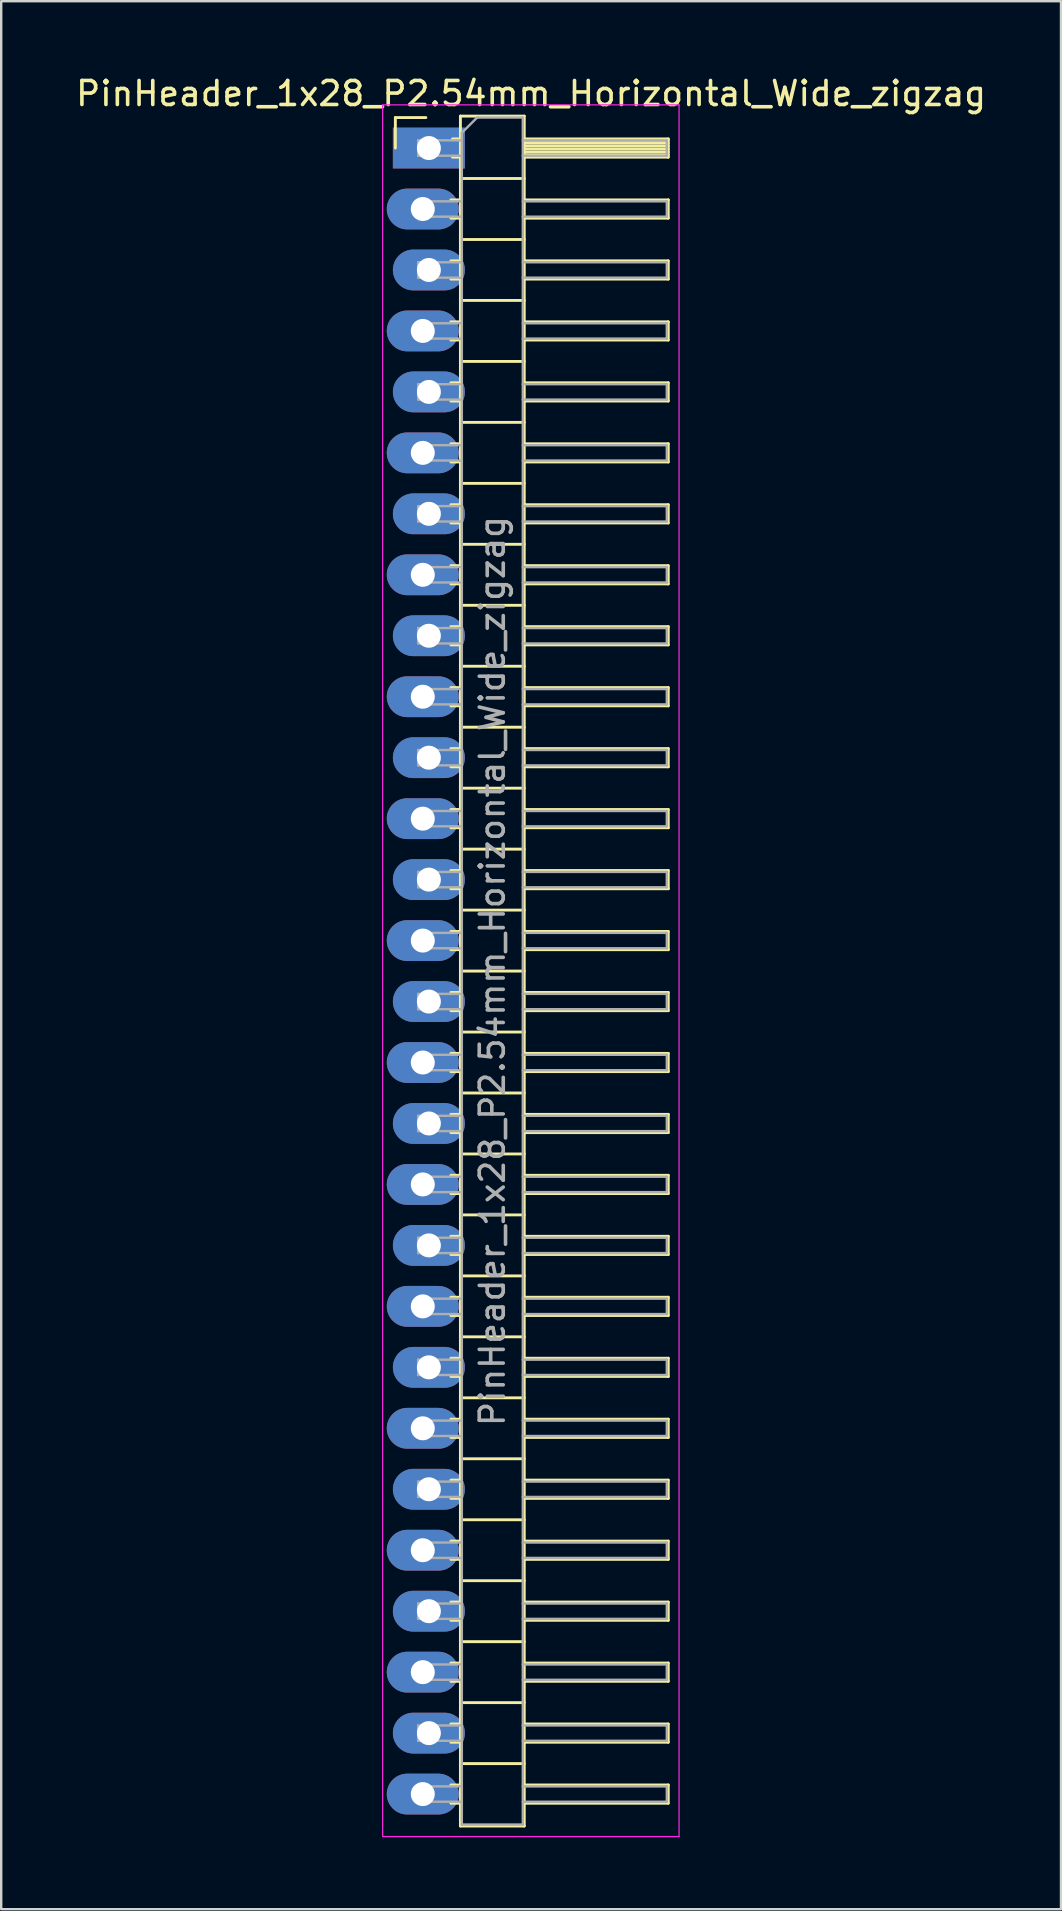
<source format=kicad_pcb>
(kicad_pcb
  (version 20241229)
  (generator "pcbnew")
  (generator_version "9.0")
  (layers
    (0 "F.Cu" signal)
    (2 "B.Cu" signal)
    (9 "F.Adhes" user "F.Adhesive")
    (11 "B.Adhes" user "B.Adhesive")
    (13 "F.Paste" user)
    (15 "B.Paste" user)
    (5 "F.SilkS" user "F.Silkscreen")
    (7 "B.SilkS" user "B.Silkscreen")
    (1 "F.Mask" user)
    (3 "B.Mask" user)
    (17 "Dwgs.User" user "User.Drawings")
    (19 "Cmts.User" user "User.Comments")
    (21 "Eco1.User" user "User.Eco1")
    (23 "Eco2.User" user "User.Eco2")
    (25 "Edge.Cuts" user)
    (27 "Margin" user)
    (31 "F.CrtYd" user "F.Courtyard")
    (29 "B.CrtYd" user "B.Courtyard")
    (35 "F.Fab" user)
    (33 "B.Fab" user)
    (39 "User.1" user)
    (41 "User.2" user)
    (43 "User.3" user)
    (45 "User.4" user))
  (footprint "PinHeader_1x28_P2.54mm_Horizontal_Wide_zigzag"
    (layer "F.Cu")
    (at 14.692 3.118)
    (property "Reference" "PinHeader_1x28_P2.54mm_Horizontal_Wide_zigzag" (at 4.385 -2.27 0) (layer "F.SilkS") (effects (font (size 1 1) (thickness 0.15))))
    (attr through_hole)
    (fp_line (start -1.27 -1.27) (end 0 -1.27) (stroke (width 0.12) (type solid)) (layer "F.SilkS"))
    (fp_line (start -1.27 0) (end -1.27 -1.27) (stroke (width 0.12) (type solid)) (layer "F.SilkS"))
    (fp_line (start 1.043 2.16) (end 1.44 2.16) (stroke (width 0.12) (type solid)) (layer "F.SilkS"))
    (fp_line (start 1.043 2.92) (end 1.44 2.92) (stroke (width 0.12) (type solid)) (layer "F.SilkS"))
    (fp_line (start 1.043 4.7) (end 1.44 4.7) (stroke (width 0.12) (type solid)) (layer "F.SilkS"))
    (fp_line (start 1.043 5.46) (end 1.44 5.46) (stroke (width 0.12) (type solid)) (layer "F.SilkS"))
    (fp_line (start 1.043 7.24) (end 1.44 7.24) (stroke (width 0.12) (type solid)) (layer "F.SilkS"))
    (fp_line (start 1.043 8) (end 1.44 8) (stroke (width 0.12) (type solid)) (layer "F.SilkS"))
    (fp_line (start 1.043 9.78) (end 1.44 9.78) (stroke (width 0.12) (type solid)) (layer "F.SilkS"))
    (fp_line (start 1.043 10.54) (end 1.44 10.54) (stroke (width 0.12) (type solid)) (layer "F.SilkS"))
    (fp_line (start 1.043 12.32) (end 1.44 12.32) (stroke (width 0.12) (type solid)) (layer "F.SilkS"))
    (fp_line (start 1.043 13.08) (end 1.44 13.08) (stroke (width 0.12) (type solid)) (layer "F.SilkS"))
    (fp_line (start 1.043 14.86) (end 1.44 14.86) (stroke (width 0.12) (type solid)) (layer "F.SilkS"))
    (fp_line (start 1.043 15.62) (end 1.44 15.62) (stroke (width 0.12) (type solid)) (layer "F.SilkS"))
    (fp_line (start 1.043 17.4) (end 1.44 17.4) (stroke (width 0.12) (type solid)) (layer "F.SilkS"))
    (fp_line (start 1.043 18.16) (end 1.44 18.16) (stroke (width 0.12) (type solid)) (layer "F.SilkS"))
    (fp_line (start 1.043 19.94) (end 1.44 19.94) (stroke (width 0.12) (type solid)) (layer "F.SilkS"))
    (fp_line (start 1.043 20.7) (end 1.44 20.7) (stroke (width 0.12) (type solid)) (layer "F.SilkS"))
    (fp_line (start 1.043 22.48) (end 1.44 22.48) (stroke (width 0.12) (type solid)) (layer "F.SilkS"))
    (fp_line (start 1.043 23.24) (end 1.44 23.24) (stroke (width 0.12) (type solid)) (layer "F.SilkS"))
    (fp_line (start 1.043 25.02) (end 1.44 25.02) (stroke (width 0.12) (type solid)) (layer "F.SilkS"))
    (fp_line (start 1.043 25.78) (end 1.44 25.78) (stroke (width 0.12) (type solid)) (layer "F.SilkS"))
    (fp_line (start 1.043 27.56) (end 1.44 27.56) (stroke (width 0.12) (type solid)) (layer "F.SilkS"))
    (fp_line (start 1.043 28.32) (end 1.44 28.32) (stroke (width 0.12) (type solid)) (layer "F.SilkS"))
    (fp_line (start 1.043 30.1) (end 1.44 30.1) (stroke (width 0.12) (type solid)) (layer "F.SilkS"))
    (fp_line (start 1.043 30.86) (end 1.44 30.86) (stroke (width 0.12) (type solid)) (layer "F.SilkS"))
    (fp_line (start 1.043 32.64) (end 1.44 32.64) (stroke (width 0.12) (type solid)) (layer "F.SilkS"))
    (fp_line (start 1.043 33.4) (end 1.44 33.4) (stroke (width 0.12) (type solid)) (layer "F.SilkS"))
    (fp_line (start 1.043 35.18) (end 1.44 35.18) (stroke (width 0.12) (type solid)) (layer "F.SilkS"))
    (fp_line (start 1.043 35.94) (end 1.44 35.94) (stroke (width 0.12) (type solid)) (layer "F.SilkS"))
    (fp_line (start 1.043 37.72) (end 1.44 37.72) (stroke (width 0.12) (type solid)) (layer "F.SilkS"))
    (fp_line (start 1.043 38.48) (end 1.44 38.48) (stroke (width 0.12) (type solid)) (layer "F.SilkS"))
    (fp_line (start 1.043 40.26) (end 1.44 40.26) (stroke (width 0.12) (type solid)) (layer "F.SilkS"))
    (fp_line (start 1.043 41.02) (end 1.44 41.02) (stroke (width 0.12) (type solid)) (layer "F.SilkS"))
    (fp_line (start 1.043 42.8) (end 1.44 42.8) (stroke (width 0.12) (type solid)) (layer "F.SilkS"))
    (fp_line (start 1.043 43.56) (end 1.44 43.56) (stroke (width 0.12) (type solid)) (layer "F.SilkS"))
    (fp_line (start 1.043 45.34) (end 1.44 45.34) (stroke (width 0.12) (type solid)) (layer "F.SilkS"))
    (fp_line (start 1.043 46.1) (end 1.44 46.1) (stroke (width 0.12) (type solid)) (layer "F.SilkS"))
    (fp_line (start 1.043 47.88) (end 1.44 47.88) (stroke (width 0.12) (type solid)) (layer "F.SilkS"))
    (fp_line (start 1.043 48.64) (end 1.44 48.64) (stroke (width 0.12) (type solid)) (layer "F.SilkS"))
    (fp_line (start 1.043 50.42) (end 1.44 50.42) (stroke (width 0.12) (type solid)) (layer "F.SilkS"))
    (fp_line (start 1.043 51.18) (end 1.44 51.18) (stroke (width 0.12) (type solid)) (layer "F.SilkS"))
    (fp_line (start 1.043 52.96) (end 1.44 52.96) (stroke (width 0.12) (type solid)) (layer "F.SilkS"))
    (fp_line (start 1.043 53.72) (end 1.44 53.72) (stroke (width 0.12) (type solid)) (layer "F.SilkS"))
    (fp_line (start 1.043 55.5) (end 1.44 55.5) (stroke (width 0.12) (type solid)) (layer "F.SilkS"))
    (fp_line (start 1.043 56.26) (end 1.44 56.26) (stroke (width 0.12) (type solid)) (layer "F.SilkS"))
    (fp_line (start 1.043 58.04) (end 1.44 58.04) (stroke (width 0.12) (type solid)) (layer "F.SilkS"))
    (fp_line (start 1.043 58.8) (end 1.44 58.8) (stroke (width 0.12) (type solid)) (layer "F.SilkS"))
    (fp_line (start 1.043 60.58) (end 1.44 60.58) (stroke (width 0.12) (type solid)) (layer "F.SilkS"))
    (fp_line (start 1.043 61.34) (end 1.44 61.34) (stroke (width 0.12) (type solid)) (layer "F.SilkS"))
    (fp_line (start 1.043 63.12) (end 1.44 63.12) (stroke (width 0.12) (type solid)) (layer "F.SilkS"))
    (fp_line (start 1.043 63.88) (end 1.44 63.88) (stroke (width 0.12) (type solid)) (layer "F.SilkS"))
    (fp_line (start 1.043 65.66) (end 1.44 65.66) (stroke (width 0.12) (type solid)) (layer "F.SilkS"))
    (fp_line (start 1.043 66.42) (end 1.44 66.42) (stroke (width 0.12) (type solid)) (layer "F.SilkS"))
    (fp_line (start 1.043 68.2) (end 1.44 68.2) (stroke (width 0.12) (type solid)) (layer "F.SilkS"))
    (fp_line (start 1.043 68.96) (end 1.44 68.96) (stroke (width 0.12) (type solid)) (layer "F.SilkS"))
    (fp_line (start 1.11 -0.38) (end 1.44 -0.38) (stroke (width 0.12) (type solid)) (layer "F.SilkS"))
    (fp_line (start 1.11 0.38) (end 1.44 0.38) (stroke (width 0.12) (type solid)) (layer "F.SilkS"))
    (fp_line (start 1.44 -1.33) (end 1.44 69.91) (stroke (width 0.12) (type solid)) (layer "F.SilkS"))
    (fp_line (start 1.44 1.27) (end 4.1 1.27) (stroke (width 0.12) (type solid)) (layer "F.SilkS"))
    (fp_line (start 1.44 3.81) (end 4.1 3.81) (stroke (width 0.12) (type solid)) (layer "F.SilkS"))
    (fp_line (start 1.44 6.35) (end 4.1 6.35) (stroke (width 0.12) (type solid)) (layer "F.SilkS"))
    (fp_line (start 1.44 8.89) (end 4.1 8.89) (stroke (width 0.12) (type solid)) (layer "F.SilkS"))
    (fp_line (start 1.44 11.43) (end 4.1 11.43) (stroke (width 0.12) (type solid)) (layer "F.SilkS"))
    (fp_line (start 1.44 13.97) (end 4.1 13.97) (stroke (width 0.12) (type solid)) (layer "F.SilkS"))
    (fp_line (start 1.44 16.51) (end 4.1 16.51) (stroke (width 0.12) (type solid)) (layer "F.SilkS"))
    (fp_line (start 1.44 19.05) (end 4.1 19.05) (stroke (width 0.12) (type solid)) (layer "F.SilkS"))
    (fp_line (start 1.44 21.59) (end 4.1 21.59) (stroke (width 0.12) (type solid)) (layer "F.SilkS"))
    (fp_line (start 1.44 24.13) (end 4.1 24.13) (stroke (width 0.12) (type solid)) (layer "F.SilkS"))
    (fp_line (start 1.44 26.67) (end 4.1 26.67) (stroke (width 0.12) (type solid)) (layer "F.SilkS"))
    (fp_line (start 1.44 29.21) (end 4.1 29.21) (stroke (width 0.12) (type solid)) (layer "F.SilkS"))
    (fp_line (start 1.44 31.75) (end 4.1 31.75) (stroke (width 0.12) (type solid)) (layer "F.SilkS"))
    (fp_line (start 1.44 34.29) (end 4.1 34.29) (stroke (width 0.12) (type solid)) (layer "F.SilkS"))
    (fp_line (start 1.44 36.83) (end 4.1 36.83) (stroke (width 0.12) (type solid)) (layer "F.SilkS"))
    (fp_line (start 1.44 39.37) (end 4.1 39.37) (stroke (width 0.12) (type solid)) (layer "F.SilkS"))
    (fp_line (start 1.44 41.91) (end 4.1 41.91) (stroke (width 0.12) (type solid)) (layer "F.SilkS"))
    (fp_line (start 1.44 44.45) (end 4.1 44.45) (stroke (width 0.12) (type solid)) (layer "F.SilkS"))
    (fp_line (start 1.44 46.99) (end 4.1 46.99) (stroke (width 0.12) (type solid)) (layer "F.SilkS"))
    (fp_line (start 1.44 49.53) (end 4.1 49.53) (stroke (width 0.12) (type solid)) (layer "F.SilkS"))
    (fp_line (start 1.44 52.07) (end 4.1 52.07) (stroke (width 0.12) (type solid)) (layer "F.SilkS"))
    (fp_line (start 1.44 54.61) (end 4.1 54.61) (stroke (width 0.12) (type solid)) (layer "F.SilkS"))
    (fp_line (start 1.44 57.15) (end 4.1 57.15) (stroke (width 0.12) (type solid)) (layer "F.SilkS"))
    (fp_line (start 1.44 59.69) (end 4.1 59.69) (stroke (width 0.12) (type solid)) (layer "F.SilkS"))
    (fp_line (start 1.44 62.23) (end 4.1 62.23) (stroke (width 0.12) (type solid)) (layer "F.SilkS"))
    (fp_line (start 1.44 64.77) (end 4.1 64.77) (stroke (width 0.12) (type solid)) (layer "F.SilkS"))
    (fp_line (start 1.44 67.31) (end 4.1 67.31) (stroke (width 0.12) (type solid)) (layer "F.SilkS"))
    (fp_line (start 1.44 69.91) (end 4.1 69.91) (stroke (width 0.12) (type solid)) (layer "F.SilkS"))
    (fp_line (start 4.1 -1.33) (end 1.44 -1.33) (stroke (width 0.12) (type solid)) (layer "F.SilkS"))
    (fp_line (start 4.1 -0.38) (end 10.1 -0.38) (stroke (width 0.12) (type solid)) (layer "F.SilkS"))
    (fp_line (start 4.1 -0.32) (end 10.1 -0.32) (stroke (width 0.12) (type solid)) (layer "F.SilkS"))
    (fp_line (start 4.1 -0.2) (end 10.1 -0.2) (stroke (width 0.12) (type solid)) (layer "F.SilkS"))
    (fp_line (start 4.1 -0.08) (end 10.1 -0.08) (stroke (width 0.12) (type solid)) (layer "F.SilkS"))
    (fp_line (start 4.1 0.04) (end 10.1 0.04) (stroke (width 0.12) (type solid)) (layer "F.SilkS"))
    (fp_line (start 4.1 0.16) (end 10.1 0.16) (stroke (width 0.12) (type solid)) (layer "F.SilkS"))
    (fp_line (start 4.1 0.28) (end 10.1 0.28) (stroke (width 0.12) (type solid)) (layer "F.SilkS"))
    (fp_line (start 4.1 2.16) (end 10.1 2.16) (stroke (width 0.12) (type solid)) (layer "F.SilkS"))
    (fp_line (start 4.1 4.7) (end 10.1 4.7) (stroke (width 0.12) (type solid)) (layer "F.SilkS"))
    (fp_line (start 4.1 7.24) (end 10.1 7.24) (stroke (width 0.12) (type solid)) (layer "F.SilkS"))
    (fp_line (start 4.1 9.78) (end 10.1 9.78) (stroke (width 0.12) (type solid)) (layer "F.SilkS"))
    (fp_line (start 4.1 12.32) (end 10.1 12.32) (stroke (width 0.12) (type solid)) (layer "F.SilkS"))
    (fp_line (start 4.1 14.86) (end 10.1 14.86) (stroke (width 0.12) (type solid)) (layer "F.SilkS"))
    (fp_line (start 4.1 17.4) (end 10.1 17.4) (stroke (width 0.12) (type solid)) (layer "F.SilkS"))
    (fp_line (start 4.1 19.94) (end 10.1 19.94) (stroke (width 0.12) (type solid)) (layer "F.SilkS"))
    (fp_line (start 4.1 22.48) (end 10.1 22.48) (stroke (width 0.12) (type solid)) (layer "F.SilkS"))
    (fp_line (start 4.1 25.02) (end 10.1 25.02) (stroke (width 0.12) (type solid)) (layer "F.SilkS"))
    (fp_line (start 4.1 27.56) (end 10.1 27.56) (stroke (width 0.12) (type solid)) (layer "F.SilkS"))
    (fp_line (start 4.1 30.1) (end 10.1 30.1) (stroke (width 0.12) (type solid)) (layer "F.SilkS"))
    (fp_line (start 4.1 32.64) (end 10.1 32.64) (stroke (width 0.12) (type solid)) (layer "F.SilkS"))
    (fp_line (start 4.1 35.18) (end 10.1 35.18) (stroke (width 0.12) (type solid)) (layer "F.SilkS"))
    (fp_line (start 4.1 37.72) (end 10.1 37.72) (stroke (width 0.12) (type solid)) (layer "F.SilkS"))
    (fp_line (start 4.1 40.26) (end 10.1 40.26) (stroke (width 0.12) (type solid)) (layer "F.SilkS"))
    (fp_line (start 4.1 42.8) (end 10.1 42.8) (stroke (width 0.12) (type solid)) (layer "F.SilkS"))
    (fp_line (start 4.1 45.34) (end 10.1 45.34) (stroke (width 0.12) (type solid)) (layer "F.SilkS"))
    (fp_line (start 4.1 47.88) (end 10.1 47.88) (stroke (width 0.12) (type solid)) (layer "F.SilkS"))
    (fp_line (start 4.1 50.42) (end 10.1 50.42) (stroke (width 0.12) (type solid)) (layer "F.SilkS"))
    (fp_line (start 4.1 52.96) (end 10.1 52.96) (stroke (width 0.12) (type solid)) (layer "F.SilkS"))
    (fp_line (start 4.1 55.5) (end 10.1 55.5) (stroke (width 0.12) (type solid)) (layer "F.SilkS"))
    (fp_line (start 4.1 58.04) (end 10.1 58.04) (stroke (width 0.12) (type solid)) (layer "F.SilkS"))
    (fp_line (start 4.1 60.58) (end 10.1 60.58) (stroke (width 0.12) (type solid)) (layer "F.SilkS"))
    (fp_line (start 4.1 63.12) (end 10.1 63.12) (stroke (width 0.12) (type solid)) (layer "F.SilkS"))
    (fp_line (start 4.1 65.66) (end 10.1 65.66) (stroke (width 0.12) (type solid)) (layer "F.SilkS"))
    (fp_line (start 4.1 68.2) (end 10.1 68.2) (stroke (width 0.12) (type solid)) (layer "F.SilkS"))
    (fp_line (start 4.1 69.91) (end 4.1 -1.33) (stroke (width 0.12) (type solid)) (layer "F.SilkS"))
    (fp_line (start 10.1 -0.38) (end 10.1 0.38) (stroke (width 0.12) (type solid)) (layer "F.SilkS"))
    (fp_line (start 10.1 0.38) (end 4.1 0.38) (stroke (width 0.12) (type solid)) (layer "F.SilkS"))
    (fp_line (start 10.1 2.16) (end 10.1 2.92) (stroke (width 0.12) (type solid)) (layer "F.SilkS"))
    (fp_line (start 10.1 2.92) (end 4.1 2.92) (stroke (width 0.12) (type solid)) (layer "F.SilkS"))
    (fp_line (start 10.1 4.7) (end 10.1 5.46) (stroke (width 0.12) (type solid)) (layer "F.SilkS"))
    (fp_line (start 10.1 5.46) (end 4.1 5.46) (stroke (width 0.12) (type solid)) (layer "F.SilkS"))
    (fp_line (start 10.1 7.24) (end 10.1 8) (stroke (width 0.12) (type solid)) (layer "F.SilkS"))
    (fp_line (start 10.1 8) (end 4.1 8) (stroke (width 0.12) (type solid)) (layer "F.SilkS"))
    (fp_line (start 10.1 9.78) (end 10.1 10.54) (stroke (width 0.12) (type solid)) (layer "F.SilkS"))
    (fp_line (start 10.1 10.54) (end 4.1 10.54) (stroke (width 0.12) (type solid)) (layer "F.SilkS"))
    (fp_line (start 10.1 12.32) (end 10.1 13.08) (stroke (width 0.12) (type solid)) (layer "F.SilkS"))
    (fp_line (start 10.1 13.08) (end 4.1 13.08) (stroke (width 0.12) (type solid)) (layer "F.SilkS"))
    (fp_line (start 10.1 14.86) (end 10.1 15.62) (stroke (width 0.12) (type solid)) (layer "F.SilkS"))
    (fp_line (start 10.1 15.62) (end 4.1 15.62) (stroke (width 0.12) (type solid)) (layer "F.SilkS"))
    (fp_line (start 10.1 17.4) (end 10.1 18.16) (stroke (width 0.12) (type solid)) (layer "F.SilkS"))
    (fp_line (start 10.1 18.16) (end 4.1 18.16) (stroke (width 0.12) (type solid)) (layer "F.SilkS"))
    (fp_line (start 10.1 19.94) (end 10.1 20.7) (stroke (width 0.12) (type solid)) (layer "F.SilkS"))
    (fp_line (start 10.1 20.7) (end 4.1 20.7) (stroke (width 0.12) (type solid)) (layer "F.SilkS"))
    (fp_line (start 10.1 22.48) (end 10.1 23.24) (stroke (width 0.12) (type solid)) (layer "F.SilkS"))
    (fp_line (start 10.1 23.24) (end 4.1 23.24) (stroke (width 0.12) (type solid)) (layer "F.SilkS"))
    (fp_line (start 10.1 25.02) (end 10.1 25.78) (stroke (width 0.12) (type solid)) (layer "F.SilkS"))
    (fp_line (start 10.1 25.78) (end 4.1 25.78) (stroke (width 0.12) (type solid)) (layer "F.SilkS"))
    (fp_line (start 10.1 27.56) (end 10.1 28.32) (stroke (width 0.12) (type solid)) (layer "F.SilkS"))
    (fp_line (start 10.1 28.32) (end 4.1 28.32) (stroke (width 0.12) (type solid)) (layer "F.SilkS"))
    (fp_line (start 10.1 30.1) (end 10.1 30.86) (stroke (width 0.12) (type solid)) (layer "F.SilkS"))
    (fp_line (start 10.1 30.86) (end 4.1 30.86) (stroke (width 0.12) (type solid)) (layer "F.SilkS"))
    (fp_line (start 10.1 32.64) (end 10.1 33.4) (stroke (width 0.12) (type solid)) (layer "F.SilkS"))
    (fp_line (start 10.1 33.4) (end 4.1 33.4) (stroke (width 0.12) (type solid)) (layer "F.SilkS"))
    (fp_line (start 10.1 35.18) (end 10.1 35.94) (stroke (width 0.12) (type solid)) (layer "F.SilkS"))
    (fp_line (start 10.1 35.94) (end 4.1 35.94) (stroke (width 0.12) (type solid)) (layer "F.SilkS"))
    (fp_line (start 10.1 37.72) (end 10.1 38.48) (stroke (width 0.12) (type solid)) (layer "F.SilkS"))
    (fp_line (start 10.1 38.48) (end 4.1 38.48) (stroke (width 0.12) (type solid)) (layer "F.SilkS"))
    (fp_line (start 10.1 40.26) (end 10.1 41.02) (stroke (width 0.12) (type solid)) (layer "F.SilkS"))
    (fp_line (start 10.1 41.02) (end 4.1 41.02) (stroke (width 0.12) (type solid)) (layer "F.SilkS"))
    (fp_line (start 10.1 42.8) (end 10.1 43.56) (stroke (width 0.12) (type solid)) (layer "F.SilkS"))
    (fp_line (start 10.1 43.56) (end 4.1 43.56) (stroke (width 0.12) (type solid)) (layer "F.SilkS"))
    (fp_line (start 10.1 45.34) (end 10.1 46.1) (stroke (width 0.12) (type solid)) (layer "F.SilkS"))
    (fp_line (start 10.1 46.1) (end 4.1 46.1) (stroke (width 0.12) (type solid)) (layer "F.SilkS"))
    (fp_line (start 10.1 47.88) (end 10.1 48.64) (stroke (width 0.12) (type solid)) (layer "F.SilkS"))
    (fp_line (start 10.1 48.64) (end 4.1 48.64) (stroke (width 0.12) (type solid)) (layer "F.SilkS"))
    (fp_line (start 10.1 50.42) (end 10.1 51.18) (stroke (width 0.12) (type solid)) (layer "F.SilkS"))
    (fp_line (start 10.1 51.18) (end 4.1 51.18) (stroke (width 0.12) (type solid)) (layer "F.SilkS"))
    (fp_line (start 10.1 52.96) (end 10.1 53.72) (stroke (width 0.12) (type solid)) (layer "F.SilkS"))
    (fp_line (start 10.1 53.72) (end 4.1 53.72) (stroke (width 0.12) (type solid)) (layer "F.SilkS"))
    (fp_line (start 10.1 55.5) (end 10.1 56.26) (stroke (width 0.12) (type solid)) (layer "F.SilkS"))
    (fp_line (start 10.1 56.26) (end 4.1 56.26) (stroke (width 0.12) (type solid)) (layer "F.SilkS"))
    (fp_line (start 10.1 58.04) (end 10.1 58.8) (stroke (width 0.12) (type solid)) (layer "F.SilkS"))
    (fp_line (start 10.1 58.8) (end 4.1 58.8) (stroke (width 0.12) (type solid)) (layer "F.SilkS"))
    (fp_line (start 10.1 60.58) (end 10.1 61.34) (stroke (width 0.12) (type solid)) (layer "F.SilkS"))
    (fp_line (start 10.1 61.34) (end 4.1 61.34) (stroke (width 0.12) (type solid)) (layer "F.SilkS"))
    (fp_line (start 10.1 63.12) (end 10.1 63.88) (stroke (width 0.12) (type solid)) (layer "F.SilkS"))
    (fp_line (start 10.1 63.88) (end 4.1 63.88) (stroke (width 0.12) (type solid)) (layer "F.SilkS"))
    (fp_line (start 10.1 65.66) (end 10.1 66.42) (stroke (width 0.12) (type solid)) (layer "F.SilkS"))
    (fp_line (start 10.1 66.42) (end 4.1 66.42) (stroke (width 0.12) (type solid)) (layer "F.SilkS"))
    (fp_line (start 10.1 68.2) (end 10.1 68.96) (stroke (width 0.12) (type solid)) (layer "F.SilkS"))
    (fp_line (start 10.1 68.96) (end 4.1 68.96) (stroke (width 0.12) (type solid)) (layer "F.SilkS"))
    (fp_line (start -1.8 -1.8) (end -1.8 70.35) (stroke (width 0.05) (type solid)) (layer "F.CrtYd"))
    (fp_line (start -1.8 70.35) (end 10.55 70.35) (stroke (width 0.05) (type solid)) (layer "F.CrtYd"))
    (fp_line (start 10.55 -1.8) (end -1.8 -1.8) (stroke (width 0.05) (type solid)) (layer "F.CrtYd"))
    (fp_line (start 10.55 70.35) (end 10.55 -1.8) (stroke (width 0.05) (type solid)) (layer "F.CrtYd"))
    (fp_line (start -0.32 -0.32) (end -0.32 0.32) (stroke (width 0.1) (type solid)) (layer "F.Fab"))
    (fp_line (start -0.32 -0.32) (end 1.5 -0.32) (stroke (width 0.1) (type solid)) (layer "F.Fab"))
    (fp_line (start -0.32 0.32) (end 1.5 0.32) (stroke (width 0.1) (type solid)) (layer "F.Fab"))
    (fp_line (start -0.32 2.22) (end -0.32 2.86) (stroke (width 0.1) (type solid)) (layer "F.Fab"))
    (fp_line (start -0.32 2.22) (end 1.5 2.22) (stroke (width 0.1) (type solid)) (layer "F.Fab"))
    (fp_line (start -0.32 2.86) (end 1.5 2.86) (stroke (width 0.1) (type solid)) (layer "F.Fab"))
    (fp_line (start -0.32 4.76) (end -0.32 5.4) (stroke (width 0.1) (type solid)) (layer "F.Fab"))
    (fp_line (start -0.32 4.76) (end 1.5 4.76) (stroke (width 0.1) (type solid)) (layer "F.Fab"))
    (fp_line (start -0.32 5.4) (end 1.5 5.4) (stroke (width 0.1) (type solid)) (layer "F.Fab"))
    (fp_line (start -0.32 7.3) (end -0.32 7.94) (stroke (width 0.1) (type solid)) (layer "F.Fab"))
    (fp_line (start -0.32 7.3) (end 1.5 7.3) (stroke (width 0.1) (type solid)) (layer "F.Fab"))
    (fp_line (start -0.32 7.94) (end 1.5 7.94) (stroke (width 0.1) (type solid)) (layer "F.Fab"))
    (fp_line (start -0.32 9.84) (end -0.32 10.48) (stroke (width 0.1) (type solid)) (layer "F.Fab"))
    (fp_line (start -0.32 9.84) (end 1.5 9.84) (stroke (width 0.1) (type solid)) (layer "F.Fab"))
    (fp_line (start -0.32 10.48) (end 1.5 10.48) (stroke (width 0.1) (type solid)) (layer "F.Fab"))
    (fp_line (start -0.32 12.38) (end -0.32 13.02) (stroke (width 0.1) (type solid)) (layer "F.Fab"))
    (fp_line (start -0.32 12.38) (end 1.5 12.38) (stroke (width 0.1) (type solid)) (layer "F.Fab"))
    (fp_line (start -0.32 13.02) (end 1.5 13.02) (stroke (width 0.1) (type solid)) (layer "F.Fab"))
    (fp_line (start -0.32 14.92) (end -0.32 15.56) (stroke (width 0.1) (type solid)) (layer "F.Fab"))
    (fp_line (start -0.32 14.92) (end 1.5 14.92) (stroke (width 0.1) (type solid)) (layer "F.Fab"))
    (fp_line (start -0.32 15.56) (end 1.5 15.56) (stroke (width 0.1) (type solid)) (layer "F.Fab"))
    (fp_line (start -0.32 17.46) (end -0.32 18.1) (stroke (width 0.1) (type solid)) (layer "F.Fab"))
    (fp_line (start -0.32 17.46) (end 1.5 17.46) (stroke (width 0.1) (type solid)) (layer "F.Fab"))
    (fp_line (start -0.32 18.1) (end 1.5 18.1) (stroke (width 0.1) (type solid)) (layer "F.Fab"))
    (fp_line (start -0.32 20) (end -0.32 20.64) (stroke (width 0.1) (type solid)) (layer "F.Fab"))
    (fp_line (start -0.32 20) (end 1.5 20) (stroke (width 0.1) (type solid)) (layer "F.Fab"))
    (fp_line (start -0.32 20.64) (end 1.5 20.64) (stroke (width 0.1) (type solid)) (layer "F.Fab"))
    (fp_line (start -0.32 22.54) (end -0.32 23.18) (stroke (width 0.1) (type solid)) (layer "F.Fab"))
    (fp_line (start -0.32 22.54) (end 1.5 22.54) (stroke (width 0.1) (type solid)) (layer "F.Fab"))
    (fp_line (start -0.32 23.18) (end 1.5 23.18) (stroke (width 0.1) (type solid)) (layer "F.Fab"))
    (fp_line (start -0.32 25.08) (end -0.32 25.72) (stroke (width 0.1) (type solid)) (layer "F.Fab"))
    (fp_line (start -0.32 25.08) (end 1.5 25.08) (stroke (width 0.1) (type solid)) (layer "F.Fab"))
    (fp_line (start -0.32 25.72) (end 1.5 25.72) (stroke (width 0.1) (type solid)) (layer "F.Fab"))
    (fp_line (start -0.32 27.62) (end -0.32 28.26) (stroke (width 0.1) (type solid)) (layer "F.Fab"))
    (fp_line (start -0.32 27.62) (end 1.5 27.62) (stroke (width 0.1) (type solid)) (layer "F.Fab"))
    (fp_line (start -0.32 28.26) (end 1.5 28.26) (stroke (width 0.1) (type solid)) (layer "F.Fab"))
    (fp_line (start -0.32 30.16) (end -0.32 30.8) (stroke (width 0.1) (type solid)) (layer "F.Fab"))
    (fp_line (start -0.32 30.16) (end 1.5 30.16) (stroke (width 0.1) (type solid)) (layer "F.Fab"))
    (fp_line (start -0.32 30.8) (end 1.5 30.8) (stroke (width 0.1) (type solid)) (layer "F.Fab"))
    (fp_line (start -0.32 32.7) (end -0.32 33.34) (stroke (width 0.1) (type solid)) (layer "F.Fab"))
    (fp_line (start -0.32 32.7) (end 1.5 32.7) (stroke (width 0.1) (type solid)) (layer "F.Fab"))
    (fp_line (start -0.32 33.34) (end 1.5 33.34) (stroke (width 0.1) (type solid)) (layer "F.Fab"))
    (fp_line (start -0.32 35.24) (end -0.32 35.88) (stroke (width 0.1) (type solid)) (layer "F.Fab"))
    (fp_line (start -0.32 35.24) (end 1.5 35.24) (stroke (width 0.1) (type solid)) (layer "F.Fab"))
    (fp_line (start -0.32 35.88) (end 1.5 35.88) (stroke (width 0.1) (type solid)) (layer "F.Fab"))
    (fp_line (start -0.32 37.78) (end -0.32 38.42) (stroke (width 0.1) (type solid)) (layer "F.Fab"))
    (fp_line (start -0.32 37.78) (end 1.5 37.78) (stroke (width 0.1) (type solid)) (layer "F.Fab"))
    (fp_line (start -0.32 38.42) (end 1.5 38.42) (stroke (width 0.1) (type solid)) (layer "F.Fab"))
    (fp_line (start -0.32 40.32) (end -0.32 40.96) (stroke (width 0.1) (type solid)) (layer "F.Fab"))
    (fp_line (start -0.32 40.32) (end 1.5 40.32) (stroke (width 0.1) (type solid)) (layer "F.Fab"))
    (fp_line (start -0.32 40.96) (end 1.5 40.96) (stroke (width 0.1) (type solid)) (layer "F.Fab"))
    (fp_line (start -0.32 42.86) (end -0.32 43.5) (stroke (width 0.1) (type solid)) (layer "F.Fab"))
    (fp_line (start -0.32 42.86) (end 1.5 42.86) (stroke (width 0.1) (type solid)) (layer "F.Fab"))
    (fp_line (start -0.32 43.5) (end 1.5 43.5) (stroke (width 0.1) (type solid)) (layer "F.Fab"))
    (fp_line (start -0.32 45.4) (end -0.32 46.04) (stroke (width 0.1) (type solid)) (layer "F.Fab"))
    (fp_line (start -0.32 45.4) (end 1.5 45.4) (stroke (width 0.1) (type solid)) (layer "F.Fab"))
    (fp_line (start -0.32 46.04) (end 1.5 46.04) (stroke (width 0.1) (type solid)) (layer "F.Fab"))
    (fp_line (start -0.32 47.94) (end -0.32 48.58) (stroke (width 0.1) (type solid)) (layer "F.Fab"))
    (fp_line (start -0.32 47.94) (end 1.5 47.94) (stroke (width 0.1) (type solid)) (layer "F.Fab"))
    (fp_line (start -0.32 48.58) (end 1.5 48.58) (stroke (width 0.1) (type solid)) (layer "F.Fab"))
    (fp_line (start -0.32 50.48) (end -0.32 51.12) (stroke (width 0.1) (type solid)) (layer "F.Fab"))
    (fp_line (start -0.32 50.48) (end 1.5 50.48) (stroke (width 0.1) (type solid)) (layer "F.Fab"))
    (fp_line (start -0.32 51.12) (end 1.5 51.12) (stroke (width 0.1) (type solid)) (layer "F.Fab"))
    (fp_line (start -0.32 53.02) (end -0.32 53.66) (stroke (width 0.1) (type solid)) (layer "F.Fab"))
    (fp_line (start -0.32 53.02) (end 1.5 53.02) (stroke (width 0.1) (type solid)) (layer "F.Fab"))
    (fp_line (start -0.32 53.66) (end 1.5 53.66) (stroke (width 0.1) (type solid)) (layer "F.Fab"))
    (fp_line (start -0.32 55.56) (end -0.32 56.2) (stroke (width 0.1) (type solid)) (layer "F.Fab"))
    (fp_line (start -0.32 55.56) (end 1.5 55.56) (stroke (width 0.1) (type solid)) (layer "F.Fab"))
    (fp_line (start -0.32 56.2) (end 1.5 56.2) (stroke (width 0.1) (type solid)) (layer "F.Fab"))
    (fp_line (start -0.32 58.1) (end -0.32 58.74) (stroke (width 0.1) (type solid)) (layer "F.Fab"))
    (fp_line (start -0.32 58.1) (end 1.5 58.1) (stroke (width 0.1) (type solid)) (layer "F.Fab"))
    (fp_line (start -0.32 58.74) (end 1.5 58.74) (stroke (width 0.1) (type solid)) (layer "F.Fab"))
    (fp_line (start -0.32 60.64) (end -0.32 61.28) (stroke (width 0.1) (type solid)) (layer "F.Fab"))
    (fp_line (start -0.32 60.64) (end 1.5 60.64) (stroke (width 0.1) (type solid)) (layer "F.Fab"))
    (fp_line (start -0.32 61.28) (end 1.5 61.28) (stroke (width 0.1) (type solid)) (layer "F.Fab"))
    (fp_line (start -0.32 63.18) (end -0.32 63.82) (stroke (width 0.1) (type solid)) (layer "F.Fab"))
    (fp_line (start -0.32 63.18) (end 1.5 63.18) (stroke (width 0.1) (type solid)) (layer "F.Fab"))
    (fp_line (start -0.32 63.82) (end 1.5 63.82) (stroke (width 0.1) (type solid)) (layer "F.Fab"))
    (fp_line (start -0.32 65.72) (end -0.32 66.36) (stroke (width 0.1) (type solid)) (layer "F.Fab"))
    (fp_line (start -0.32 65.72) (end 1.5 65.72) (stroke (width 0.1) (type solid)) (layer "F.Fab"))
    (fp_line (start -0.32 66.36) (end 1.5 66.36) (stroke (width 0.1) (type solid)) (layer "F.Fab"))
    (fp_line (start -0.32 68.26) (end -0.32 68.9) (stroke (width 0.1) (type solid)) (layer "F.Fab"))
    (fp_line (start -0.32 68.26) (end 1.5 68.26) (stroke (width 0.1) (type solid)) (layer "F.Fab"))
    (fp_line (start -0.32 68.9) (end 1.5 68.9) (stroke (width 0.1) (type solid)) (layer "F.Fab"))
    (fp_line (start 1.5 -0.635) (end 2.135 -1.27) (stroke (width 0.1) (type solid)) (layer "F.Fab"))
    (fp_line (start 1.5 69.85) (end 1.5 -0.635) (stroke (width 0.1) (type solid)) (layer "F.Fab"))
    (fp_line (start 2.135 -1.27) (end 4.04 -1.27) (stroke (width 0.1) (type solid)) (layer "F.Fab"))
    (fp_line (start 4.04 -1.27) (end 4.04 69.85) (stroke (width 0.1) (type solid)) (layer "F.Fab"))
    (fp_line (start 4.04 -0.32) (end 10.04 -0.32) (stroke (width 0.1) (type solid)) (layer "F.Fab"))
    (fp_line (start 4.04 0.32) (end 10.04 0.32) (stroke (width 0.1) (type solid)) (layer "F.Fab"))
    (fp_line (start 4.04 2.22) (end 10.04 2.22) (stroke (width 0.1) (type solid)) (layer "F.Fab"))
    (fp_line (start 4.04 2.86) (end 10.04 2.86) (stroke (width 0.1) (type solid)) (layer "F.Fab"))
    (fp_line (start 4.04 4.76) (end 10.04 4.76) (stroke (width 0.1) (type solid)) (layer "F.Fab"))
    (fp_line (start 4.04 5.4) (end 10.04 5.4) (stroke (width 0.1) (type solid)) (layer "F.Fab"))
    (fp_line (start 4.04 7.3) (end 10.04 7.3) (stroke (width 0.1) (type solid)) (layer "F.Fab"))
    (fp_line (start 4.04 7.94) (end 10.04 7.94) (stroke (width 0.1) (type solid)) (layer "F.Fab"))
    (fp_line (start 4.04 9.84) (end 10.04 9.84) (stroke (width 0.1) (type solid)) (layer "F.Fab"))
    (fp_line (start 4.04 10.48) (end 10.04 10.48) (stroke (width 0.1) (type solid)) (layer "F.Fab"))
    (fp_line (start 4.04 12.38) (end 10.04 12.38) (stroke (width 0.1) (type solid)) (layer "F.Fab"))
    (fp_line (start 4.04 13.02) (end 10.04 13.02) (stroke (width 0.1) (type solid)) (layer "F.Fab"))
    (fp_line (start 4.04 14.92) (end 10.04 14.92) (stroke (width 0.1) (type solid)) (layer "F.Fab"))
    (fp_line (start 4.04 15.56) (end 10.04 15.56) (stroke (width 0.1) (type solid)) (layer "F.Fab"))
    (fp_line (start 4.04 17.46) (end 10.04 17.46) (stroke (width 0.1) (type solid)) (layer "F.Fab"))
    (fp_line (start 4.04 18.1) (end 10.04 18.1) (stroke (width 0.1) (type solid)) (layer "F.Fab"))
    (fp_line (start 4.04 20) (end 10.04 20) (stroke (width 0.1) (type solid)) (layer "F.Fab"))
    (fp_line (start 4.04 20.64) (end 10.04 20.64) (stroke (width 0.1) (type solid)) (layer "F.Fab"))
    (fp_line (start 4.04 22.54) (end 10.04 22.54) (stroke (width 0.1) (type solid)) (layer "F.Fab"))
    (fp_line (start 4.04 23.18) (end 10.04 23.18) (stroke (width 0.1) (type solid)) (layer "F.Fab"))
    (fp_line (start 4.04 25.08) (end 10.04 25.08) (stroke (width 0.1) (type solid)) (layer "F.Fab"))
    (fp_line (start 4.04 25.72) (end 10.04 25.72) (stroke (width 0.1) (type solid)) (layer "F.Fab"))
    (fp_line (start 4.04 27.62) (end 10.04 27.62) (stroke (width 0.1) (type solid)) (layer "F.Fab"))
    (fp_line (start 4.04 28.26) (end 10.04 28.26) (stroke (width 0.1) (type solid)) (layer "F.Fab"))
    (fp_line (start 4.04 30.16) (end 10.04 30.16) (stroke (width 0.1) (type solid)) (layer "F.Fab"))
    (fp_line (start 4.04 30.8) (end 10.04 30.8) (stroke (width 0.1) (type solid)) (layer "F.Fab"))
    (fp_line (start 4.04 32.7) (end 10.04 32.7) (stroke (width 0.1) (type solid)) (layer "F.Fab"))
    (fp_line (start 4.04 33.34) (end 10.04 33.34) (stroke (width 0.1) (type solid)) (layer "F.Fab"))
    (fp_line (start 4.04 35.24) (end 10.04 35.24) (stroke (width 0.1) (type solid)) (layer "F.Fab"))
    (fp_line (start 4.04 35.88) (end 10.04 35.88) (stroke (width 0.1) (type solid)) (layer "F.Fab"))
    (fp_line (start 4.04 37.78) (end 10.04 37.78) (stroke (width 0.1) (type solid)) (layer "F.Fab"))
    (fp_line (start 4.04 38.42) (end 10.04 38.42) (stroke (width 0.1) (type solid)) (layer "F.Fab"))
    (fp_line (start 4.04 40.32) (end 10.04 40.32) (stroke (width 0.1) (type solid)) (layer "F.Fab"))
    (fp_line (start 4.04 40.96) (end 10.04 40.96) (stroke (width 0.1) (type solid)) (layer "F.Fab"))
    (fp_line (start 4.04 42.86) (end 10.04 42.86) (stroke (width 0.1) (type solid)) (layer "F.Fab"))
    (fp_line (start 4.04 43.5) (end 10.04 43.5) (stroke (width 0.1) (type solid)) (layer "F.Fab"))
    (fp_line (start 4.04 45.4) (end 10.04 45.4) (stroke (width 0.1) (type solid)) (layer "F.Fab"))
    (fp_line (start 4.04 46.04) (end 10.04 46.04) (stroke (width 0.1) (type solid)) (layer "F.Fab"))
    (fp_line (start 4.04 47.94) (end 10.04 47.94) (stroke (width 0.1) (type solid)) (layer "F.Fab"))
    (fp_line (start 4.04 48.58) (end 10.04 48.58) (stroke (width 0.1) (type solid)) (layer "F.Fab"))
    (fp_line (start 4.04 50.48) (end 10.04 50.48) (stroke (width 0.1) (type solid)) (layer "F.Fab"))
    (fp_line (start 4.04 51.12) (end 10.04 51.12) (stroke (width 0.1) (type solid)) (layer "F.Fab"))
    (fp_line (start 4.04 53.02) (end 10.04 53.02) (stroke (width 0.1) (type solid)) (layer "F.Fab"))
    (fp_line (start 4.04 53.66) (end 10.04 53.66) (stroke (width 0.1) (type solid)) (layer "F.Fab"))
    (fp_line (start 4.04 55.56) (end 10.04 55.56) (stroke (width 0.1) (type solid)) (layer "F.Fab"))
    (fp_line (start 4.04 56.2) (end 10.04 56.2) (stroke (width 0.1) (type solid)) (layer "F.Fab"))
    (fp_line (start 4.04 58.1) (end 10.04 58.1) (stroke (width 0.1) (type solid)) (layer "F.Fab"))
    (fp_line (start 4.04 58.74) (end 10.04 58.74) (stroke (width 0.1) (type solid)) (layer "F.Fab"))
    (fp_line (start 4.04 60.64) (end 10.04 60.64) (stroke (width 0.1) (type solid)) (layer "F.Fab"))
    (fp_line (start 4.04 61.28) (end 10.04 61.28) (stroke (width 0.1) (type solid)) (layer "F.Fab"))
    (fp_line (start 4.04 63.18) (end 10.04 63.18) (stroke (width 0.1) (type solid)) (layer "F.Fab"))
    (fp_line (start 4.04 63.82) (end 10.04 63.82) (stroke (width 0.1) (type solid)) (layer "F.Fab"))
    (fp_line (start 4.04 65.72) (end 10.04 65.72) (stroke (width 0.1) (type solid)) (layer "F.Fab"))
    (fp_line (start 4.04 66.36) (end 10.04 66.36) (stroke (width 0.1) (type solid)) (layer "F.Fab"))
    (fp_line (start 4.04 68.26) (end 10.04 68.26) (stroke (width 0.1) (type solid)) (layer "F.Fab"))
    (fp_line (start 4.04 68.9) (end 10.04 68.9) (stroke (width 0.1) (type solid)) (layer "F.Fab"))
    (fp_line (start 4.04 69.85) (end 1.5 69.85) (stroke (width 0.1) (type solid)) (layer "F.Fab"))
    (fp_line (start 10.04 -0.32) (end 10.04 0.32) (stroke (width 0.1) (type solid)) (layer "F.Fab"))
    (fp_line (start 10.04 2.22) (end 10.04 2.86) (stroke (width 0.1) (type solid)) (layer "F.Fab"))
    (fp_line (start 10.04 4.76) (end 10.04 5.4) (stroke (width 0.1) (type solid)) (layer "F.Fab"))
    (fp_line (start 10.04 7.3) (end 10.04 7.94) (stroke (width 0.1) (type solid)) (layer "F.Fab"))
    (fp_line (start 10.04 9.84) (end 10.04 10.48) (stroke (width 0.1) (type solid)) (layer "F.Fab"))
    (fp_line (start 10.04 12.38) (end 10.04 13.02) (stroke (width 0.1) (type solid)) (layer "F.Fab"))
    (fp_line (start 10.04 14.92) (end 10.04 15.56) (stroke (width 0.1) (type solid)) (layer "F.Fab"))
    (fp_line (start 10.04 17.46) (end 10.04 18.1) (stroke (width 0.1) (type solid)) (layer "F.Fab"))
    (fp_line (start 10.04 20) (end 10.04 20.64) (stroke (width 0.1) (type solid)) (layer "F.Fab"))
    (fp_line (start 10.04 22.54) (end 10.04 23.18) (stroke (width 0.1) (type solid)) (layer "F.Fab"))
    (fp_line (start 10.04 25.08) (end 10.04 25.72) (stroke (width 0.1) (type solid)) (layer "F.Fab"))
    (fp_line (start 10.04 27.62) (end 10.04 28.26) (stroke (width 0.1) (type solid)) (layer "F.Fab"))
    (fp_line (start 10.04 30.16) (end 10.04 30.8) (stroke (width 0.1) (type solid)) (layer "F.Fab"))
    (fp_line (start 10.04 32.7) (end 10.04 33.34) (stroke (width 0.1) (type solid)) (layer "F.Fab"))
    (fp_line (start 10.04 35.24) (end 10.04 35.88) (stroke (width 0.1) (type solid)) (layer "F.Fab"))
    (fp_line (start 10.04 37.78) (end 10.04 38.42) (stroke (width 0.1) (type solid)) (layer "F.Fab"))
    (fp_line (start 10.04 40.32) (end 10.04 40.96) (stroke (width 0.1) (type solid)) (layer "F.Fab"))
    (fp_line (start 10.04 42.86) (end 10.04 43.5) (stroke (width 0.1) (type solid)) (layer "F.Fab"))
    (fp_line (start 10.04 45.4) (end 10.04 46.04) (stroke (width 0.1) (type solid)) (layer "F.Fab"))
    (fp_line (start 10.04 47.94) (end 10.04 48.58) (stroke (width 0.1) (type solid)) (layer "F.Fab"))
    (fp_line (start 10.04 50.48) (end 10.04 51.12) (stroke (width 0.1) (type solid)) (layer "F.Fab"))
    (fp_line (start 10.04 53.02) (end 10.04 53.66) (stroke (width 0.1) (type solid)) (layer "F.Fab"))
    (fp_line (start 10.04 55.56) (end 10.04 56.2) (stroke (width 0.1) (type solid)) (layer "F.Fab"))
    (fp_line (start 10.04 58.1) (end 10.04 58.74) (stroke (width 0.1) (type solid)) (layer "F.Fab"))
    (fp_line (start 10.04 60.64) (end 10.04 61.28) (stroke (width 0.1) (type solid)) (layer "F.Fab"))
    (fp_line (start 10.04 63.18) (end 10.04 63.82) (stroke (width 0.1) (type solid)) (layer "F.Fab"))
    (fp_line (start 10.04 65.72) (end 10.04 66.36) (stroke (width 0.1) (type solid)) (layer "F.Fab"))
    (fp_line (start 10.04 68.26) (end 10.04 68.9) (stroke (width 0.1) (type solid)) (layer "F.Fab"))
    (fp_text user "${REFERENCE}" (at 2.77 34.29 90) (layer "F.Fab") (effects (font (size 1 1) (thickness 0.15))))
    (pad "1" thru_hole rect (at 0.127 0) (size 3 1.7) (drill 1) (layers "*.Cu" "*.Mask"))
    (pad "2" thru_hole oval (at -0.127 2.54) (size 3 1.7) (drill 1) (layers "*.Cu" "*.Mask"))
    (pad "3" thru_hole oval (at 0.127 5.08) (size 3 1.7) (drill 1) (layers "*.Cu" "*.Mask"))
    (pad "4" thru_hole oval (at -0.127 7.62) (size 3 1.7) (drill 1) (layers "*.Cu" "*.Mask"))
    (pad "5" thru_hole oval (at 0.127 10.16) (size 3 1.7) (drill 1) (layers "*.Cu" "*.Mask"))
    (pad "6" thru_hole oval (at -0.127 12.7) (size 3 1.7) (drill 1) (layers "*.Cu" "*.Mask"))
    (pad "7" thru_hole oval (at 0.127 15.24) (size 3 1.7) (drill 1) (layers "*.Cu" "*.Mask"))
    (pad "8" thru_hole oval (at -0.127 17.78) (size 3 1.7) (drill 1) (layers "*.Cu" "*.Mask"))
    (pad "9" thru_hole oval (at 0.127 20.32) (size 3 1.7) (drill 1) (layers "*.Cu" "*.Mask"))
    (pad "10" thru_hole oval (at -0.127 22.86) (size 3 1.7) (drill 1) (layers "*.Cu" "*.Mask"))
    (pad "11" thru_hole oval (at 0.127 25.4) (size 3 1.7) (drill 1) (layers "*.Cu" "*.Mask"))
    (pad "12" thru_hole oval (at -0.127 27.94) (size 3 1.7) (drill 1) (layers "*.Cu" "*.Mask"))
    (pad "13" thru_hole oval (at 0.127 30.48) (size 3 1.7) (drill 1) (layers "*.Cu" "*.Mask"))
    (pad "14" thru_hole oval (at -0.127 33.02) (size 3 1.7) (drill 1) (layers "*.Cu" "*.Mask"))
    (pad "15" thru_hole oval (at 0.127 35.56) (size 3 1.7) (drill 1) (layers "*.Cu" "*.Mask"))
    (pad "16" thru_hole oval (at -0.127 38.1) (size 3 1.7) (drill 1) (layers "*.Cu" "*.Mask"))
    (pad "17" thru_hole oval (at 0.127 40.64) (size 3 1.7) (drill 1) (layers "*.Cu" "*.Mask"))
    (pad "18" thru_hole oval (at -0.127 43.18) (size 3 1.7) (drill 1) (layers "*.Cu" "*.Mask"))
    (pad "19" thru_hole oval (at 0.127 45.72) (size 3 1.7) (drill 1) (layers "*.Cu" "*.Mask"))
    (pad "20" thru_hole oval (at -0.127 48.26) (size 3 1.7) (drill 1) (layers "*.Cu" "*.Mask"))
    (pad "21" thru_hole oval (at 0.127 50.8) (size 3 1.7) (drill 1) (layers "*.Cu" "*.Mask"))
    (pad "22" thru_hole oval (at -0.127 53.34) (size 3 1.7) (drill 1) (layers "*.Cu" "*.Mask"))
    (pad "23" thru_hole oval (at 0.127 55.88) (size 3 1.7) (drill 1) (layers "*.Cu" "*.Mask"))
    (pad "24" thru_hole oval (at -0.127 58.42) (size 3 1.7) (drill 1) (layers "*.Cu" "*.Mask"))
    (pad "25" thru_hole oval (at 0.127 60.96) (size 3 1.7) (drill 1) (layers "*.Cu" "*.Mask"))
    (pad "26" thru_hole oval (at -0.127 63.5) (size 3 1.7) (drill 1) (layers "*.Cu" "*.Mask"))
    (pad "27" thru_hole oval (at 0.127 66.04) (size 3 1.7) (drill 1) (layers "*.Cu" "*.Mask"))
    (pad "28" thru_hole oval (at -0.127 68.58) (size 3 1.7) (drill 1) (layers "*.Cu" "*.Mask")))
  (gr_rect
    (start -3 -3)
    (end 41.155 76.493)
    (stroke (width 0.1) (type default))
    (fill no)
    (layer "Edge.Cuts")))
</source>
